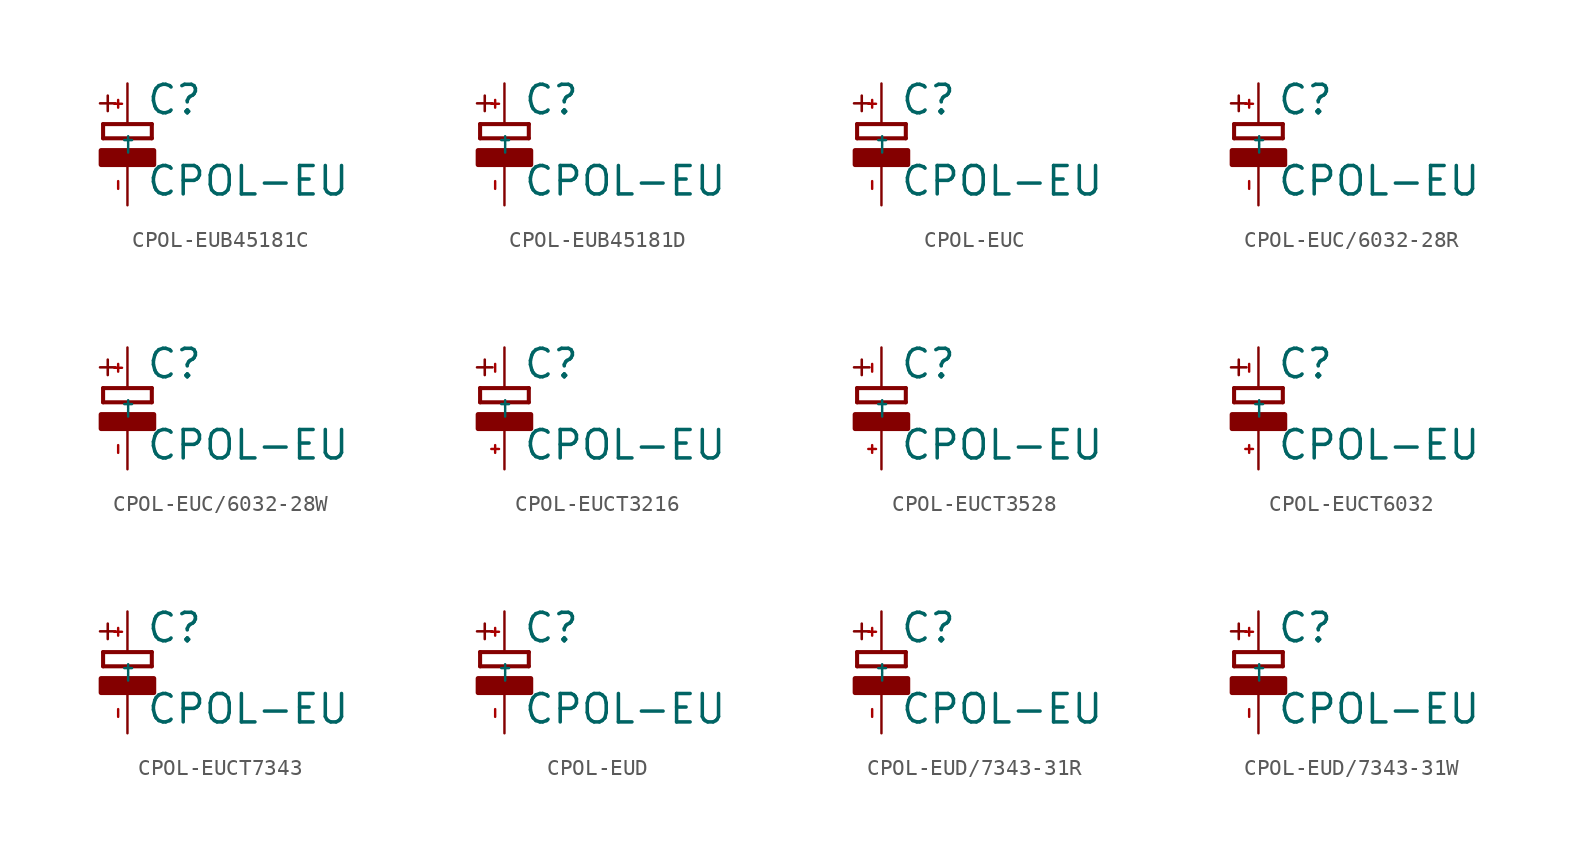
<source format=kicad_sym>
(kicad_symbol_lib
  (version 20220914)
  (generator Eagle2Kicad)
  (symbol "CPOL-EUB45181C"
    (property "Reference" "C"
      (at 1.143 0.483 0)
      (effects (font (size 1.778 1.778) (thickness 0.22)) (justify left bottom)))
    (property "Value" "CPOL-EU"
      (at 1.143 -4.597 0)
      (effects (font (size 1.778 1.778) (thickness 0.22)) (justify left bottom)))
    (polyline
      (pts (xy -1.524 -0.889) (xy 1.524 -0.889))
      (stroke (width 0.254) (type default))
      (fill (type none)))
    (polyline
      (pts (xy 1.524 -0.889) (xy 1.524 0))
      (stroke (width 0.254) (type default))
      (fill (type none)))
    (polyline
      (pts (xy -1.524 0) (xy -1.524 -0.889))
      (stroke (width 0.254) (type default))
      (fill (type none)))
    (polyline
      (pts (xy -1.524 0) (xy 1.524 0))
      (stroke (width 0.254) (type default))
      (fill (type none)))
    (text "+"
      (at -0.584 0.406 900)
      (effects (font (size 1.27 1.27) (thickness 0.16)) (justify left bottom)))
    (rectangle
      (start -1.651 -2.54)
      (end 1.651 -1.651)
      (stroke (width 0.3) (type default))
      (fill (type outline)))
    (pin passive line
      (at 0 -5.08 90)
      (length 2.54)
      (name "-" (effects (font (size 0.635 0.635) (thickness 0.08)) (justify left bottom)))
      (number "-" (effects (font (size 0.635 0.635) (thickness 0.08)) (justify left bottom))))
    (pin passive line
      (at 0 2.54 270)
      (length 2.54)
      (name "+" (effects (font (size 0.635 0.635) (thickness 0.08)) (justify left bottom)))
      (number "+" (effects (font (size 0.635 0.635) (thickness 0.08)) (justify left bottom)))))
  (symbol "CPOL-EUB45181D"
    (property "Reference" "C"
      (at 1.143 0.483 0)
      (effects (font (size 1.778 1.778) (thickness 0.22)) (justify left bottom)))
    (property "Value" "CPOL-EU"
      (at 1.143 -4.597 0)
      (effects (font (size 1.778 1.778) (thickness 0.22)) (justify left bottom)))
    (polyline
      (pts (xy -1.524 -0.889) (xy 1.524 -0.889))
      (stroke (width 0.254) (type default))
      (fill (type none)))
    (polyline
      (pts (xy 1.524 -0.889) (xy 1.524 0))
      (stroke (width 0.254) (type default))
      (fill (type none)))
    (polyline
      (pts (xy -1.524 0) (xy -1.524 -0.889))
      (stroke (width 0.254) (type default))
      (fill (type none)))
    (polyline
      (pts (xy -1.524 0) (xy 1.524 0))
      (stroke (width 0.254) (type default))
      (fill (type none)))
    (text "+"
      (at -0.584 0.406 900)
      (effects (font (size 1.27 1.27) (thickness 0.16)) (justify left bottom)))
    (rectangle
      (start -1.651 -2.54)
      (end 1.651 -1.651)
      (stroke (width 0.3) (type default))
      (fill (type outline)))
    (pin passive line
      (at 0 -5.08 90)
      (length 2.54)
      (name "-" (effects (font (size 0.635 0.635) (thickness 0.08)) (justify left bottom)))
      (number "-" (effects (font (size 0.635 0.635) (thickness 0.08)) (justify left bottom))))
    (pin passive line
      (at 0 2.54 270)
      (length 2.54)
      (name "+" (effects (font (size 0.635 0.635) (thickness 0.08)) (justify left bottom)))
      (number "+" (effects (font (size 0.635 0.635) (thickness 0.08)) (justify left bottom)))))
  (symbol "CPOL-EUC"
    (property "Reference" "C"
      (at 1.143 0.483 0)
      (effects (font (size 1.778 1.778) (thickness 0.22)) (justify left bottom)))
    (property "Value" "CPOL-EU"
      (at 1.143 -4.597 0)
      (effects (font (size 1.778 1.778) (thickness 0.22)) (justify left bottom)))
    (polyline
      (pts (xy -1.524 -0.889) (xy 1.524 -0.889))
      (stroke (width 0.254) (type default))
      (fill (type none)))
    (polyline
      (pts (xy 1.524 -0.889) (xy 1.524 0))
      (stroke (width 0.254) (type default))
      (fill (type none)))
    (polyline
      (pts (xy -1.524 0) (xy -1.524 -0.889))
      (stroke (width 0.254) (type default))
      (fill (type none)))
    (polyline
      (pts (xy -1.524 0) (xy 1.524 0))
      (stroke (width 0.254) (type default))
      (fill (type none)))
    (text "+"
      (at -0.584 0.406 900)
      (effects (font (size 1.27 1.27) (thickness 0.16)) (justify left bottom)))
    (rectangle
      (start -1.651 -2.54)
      (end 1.651 -1.651)
      (stroke (width 0.3) (type default))
      (fill (type outline)))
    (pin passive line
      (at 0 -5.08 90)
      (length 2.54)
      (name "-" (effects (font (size 0.635 0.635) (thickness 0.08)) (justify left bottom)))
      (number "-" (effects (font (size 0.635 0.635) (thickness 0.08)) (justify left bottom))))
    (pin passive line
      (at 0 2.54 270)
      (length 2.54)
      (name "+" (effects (font (size 0.635 0.635) (thickness 0.08)) (justify left bottom)))
      (number "+" (effects (font (size 0.635 0.635) (thickness 0.08)) (justify left bottom)))))
  (symbol "CPOL-EUC/6032-28R"
    (property "Reference" "C"
      (at 1.143 0.483 0)
      (effects (font (size 1.778 1.778) (thickness 0.22)) (justify left bottom)))
    (property "Value" "CPOL-EU"
      (at 1.143 -4.597 0)
      (effects (font (size 1.778 1.778) (thickness 0.22)) (justify left bottom)))
    (polyline
      (pts (xy -1.524 -0.889) (xy 1.524 -0.889))
      (stroke (width 0.254) (type default))
      (fill (type none)))
    (polyline
      (pts (xy 1.524 -0.889) (xy 1.524 0))
      (stroke (width 0.254) (type default))
      (fill (type none)))
    (polyline
      (pts (xy -1.524 0) (xy -1.524 -0.889))
      (stroke (width 0.254) (type default))
      (fill (type none)))
    (polyline
      (pts (xy -1.524 0) (xy 1.524 0))
      (stroke (width 0.254) (type default))
      (fill (type none)))
    (text "+"
      (at -0.584 0.406 900)
      (effects (font (size 1.27 1.27) (thickness 0.16)) (justify left bottom)))
    (rectangle
      (start -1.651 -2.54)
      (end 1.651 -1.651)
      (stroke (width 0.3) (type default))
      (fill (type outline)))
    (pin passive line
      (at 0 -5.08 90)
      (length 2.54)
      (name "-" (effects (font (size 0.635 0.635) (thickness 0.08)) (justify left bottom)))
      (number "-" (effects (font (size 0.635 0.635) (thickness 0.08)) (justify left bottom))))
    (pin passive line
      (at 0 2.54 270)
      (length 2.54)
      (name "+" (effects (font (size 0.635 0.635) (thickness 0.08)) (justify left bottom)))
      (number "+" (effects (font (size 0.635 0.635) (thickness 0.08)) (justify left bottom)))))
  (symbol "CPOL-EUC/6032-28W"
    (property "Reference" "C"
      (at 1.143 0.483 0)
      (effects (font (size 1.778 1.778) (thickness 0.22)) (justify left bottom)))
    (property "Value" "CPOL-EU"
      (at 1.143 -4.597 0)
      (effects (font (size 1.778 1.778) (thickness 0.22)) (justify left bottom)))
    (polyline
      (pts (xy -1.524 -0.889) (xy 1.524 -0.889))
      (stroke (width 0.254) (type default))
      (fill (type none)))
    (polyline
      (pts (xy 1.524 -0.889) (xy 1.524 0))
      (stroke (width 0.254) (type default))
      (fill (type none)))
    (polyline
      (pts (xy -1.524 0) (xy -1.524 -0.889))
      (stroke (width 0.254) (type default))
      (fill (type none)))
    (polyline
      (pts (xy -1.524 0) (xy 1.524 0))
      (stroke (width 0.254) (type default))
      (fill (type none)))
    (text "+"
      (at -0.584 0.406 900)
      (effects (font (size 1.27 1.27) (thickness 0.16)) (justify left bottom)))
    (rectangle
      (start -1.651 -2.54)
      (end 1.651 -1.651)
      (stroke (width 0.3) (type default))
      (fill (type outline)))
    (pin passive line
      (at 0 -5.08 90)
      (length 2.54)
      (name "-" (effects (font (size 0.635 0.635) (thickness 0.08)) (justify left bottom)))
      (number "-" (effects (font (size 0.635 0.635) (thickness 0.08)) (justify left bottom))))
    (pin passive line
      (at 0 2.54 270)
      (length 2.54)
      (name "+" (effects (font (size 0.635 0.635) (thickness 0.08)) (justify left bottom)))
      (number "+" (effects (font (size 0.635 0.635) (thickness 0.08)) (justify left bottom)))))
  (symbol "CPOL-EUCT3216"
    (property "Reference" "C"
      (at 1.143 0.483 0)
      (effects (font (size 1.778 1.778) (thickness 0.22)) (justify left bottom)))
    (property "Value" "CPOL-EU"
      (at 1.143 -4.597 0)
      (effects (font (size 1.778 1.778) (thickness 0.22)) (justify left bottom)))
    (polyline
      (pts (xy -1.524 -0.889) (xy 1.524 -0.889))
      (stroke (width 0.254) (type default))
      (fill (type none)))
    (polyline
      (pts (xy 1.524 -0.889) (xy 1.524 0))
      (stroke (width 0.254) (type default))
      (fill (type none)))
    (polyline
      (pts (xy -1.524 0) (xy -1.524 -0.889))
      (stroke (width 0.254) (type default))
      (fill (type none)))
    (polyline
      (pts (xy -1.524 0) (xy 1.524 0))
      (stroke (width 0.254) (type default))
      (fill (type none)))
    (text "+"
      (at -0.584 0.406 900)
      (effects (font (size 1.27 1.27) (thickness 0.16)) (justify left bottom)))
    (rectangle
      (start -1.651 -2.54)
      (end 1.651 -1.651)
      (stroke (width 0.3) (type default))
      (fill (type outline)))
    (pin passive line
      (at 0 -5.08 90)
      (length 2.54)
      (name "-" (effects (font (size 0.635 0.635) (thickness 0.08)) (justify left bottom)))
      (number "+" (effects (font (size 0.635 0.635) (thickness 0.08)) (justify left bottom))))
    (pin passive line
      (at 0 2.54 270)
      (length 2.54)
      (name "+" (effects (font (size 0.635 0.635) (thickness 0.08)) (justify left bottom)))
      (number "-" (effects (font (size 0.635 0.635) (thickness 0.08)) (justify left bottom)))))
  (symbol "CPOL-EUCT3528"
    (property "Reference" "C"
      (at 1.143 0.483 0)
      (effects (font (size 1.778 1.778) (thickness 0.22)) (justify left bottom)))
    (property "Value" "CPOL-EU"
      (at 1.143 -4.597 0)
      (effects (font (size 1.778 1.778) (thickness 0.22)) (justify left bottom)))
    (polyline
      (pts (xy -1.524 -0.889) (xy 1.524 -0.889))
      (stroke (width 0.254) (type default))
      (fill (type none)))
    (polyline
      (pts (xy 1.524 -0.889) (xy 1.524 0))
      (stroke (width 0.254) (type default))
      (fill (type none)))
    (polyline
      (pts (xy -1.524 0) (xy -1.524 -0.889))
      (stroke (width 0.254) (type default))
      (fill (type none)))
    (polyline
      (pts (xy -1.524 0) (xy 1.524 0))
      (stroke (width 0.254) (type default))
      (fill (type none)))
    (text "+"
      (at -0.584 0.406 900)
      (effects (font (size 1.27 1.27) (thickness 0.16)) (justify left bottom)))
    (rectangle
      (start -1.651 -2.54)
      (end 1.651 -1.651)
      (stroke (width 0.3) (type default))
      (fill (type outline)))
    (pin passive line
      (at 0 -5.08 90)
      (length 2.54)
      (name "-" (effects (font (size 0.635 0.635) (thickness 0.08)) (justify left bottom)))
      (number "+" (effects (font (size 0.635 0.635) (thickness 0.08)) (justify left bottom))))
    (pin passive line
      (at 0 2.54 270)
      (length 2.54)
      (name "+" (effects (font (size 0.635 0.635) (thickness 0.08)) (justify left bottom)))
      (number "-" (effects (font (size 0.635 0.635) (thickness 0.08)) (justify left bottom)))))
  (symbol "CPOL-EUCT6032"
    (property "Reference" "C"
      (at 1.143 0.483 0)
      (effects (font (size 1.778 1.778) (thickness 0.22)) (justify left bottom)))
    (property "Value" "CPOL-EU"
      (at 1.143 -4.597 0)
      (effects (font (size 1.778 1.778) (thickness 0.22)) (justify left bottom)))
    (polyline
      (pts (xy -1.524 -0.889) (xy 1.524 -0.889))
      (stroke (width 0.254) (type default))
      (fill (type none)))
    (polyline
      (pts (xy 1.524 -0.889) (xy 1.524 0))
      (stroke (width 0.254) (type default))
      (fill (type none)))
    (polyline
      (pts (xy -1.524 0) (xy -1.524 -0.889))
      (stroke (width 0.254) (type default))
      (fill (type none)))
    (polyline
      (pts (xy -1.524 0) (xy 1.524 0))
      (stroke (width 0.254) (type default))
      (fill (type none)))
    (text "+"
      (at -0.584 0.406 900)
      (effects (font (size 1.27 1.27) (thickness 0.16)) (justify left bottom)))
    (rectangle
      (start -1.651 -2.54)
      (end 1.651 -1.651)
      (stroke (width 0.3) (type default))
      (fill (type outline)))
    (pin passive line
      (at 0 -5.08 90)
      (length 2.54)
      (name "-" (effects (font (size 0.635 0.635) (thickness 0.08)) (justify left bottom)))
      (number "+" (effects (font (size 0.635 0.635) (thickness 0.08)) (justify left bottom))))
    (pin passive line
      (at 0 2.54 270)
      (length 2.54)
      (name "+" (effects (font (size 0.635 0.635) (thickness 0.08)) (justify left bottom)))
      (number "-" (effects (font (size 0.635 0.635) (thickness 0.08)) (justify left bottom)))))
  (symbol "CPOL-EUCT7343"
    (property "Reference" "C"
      (at 1.143 0.483 0)
      (effects (font (size 1.778 1.778) (thickness 0.22)) (justify left bottom)))
    (property "Value" "CPOL-EU"
      (at 1.143 -4.597 0)
      (effects (font (size 1.778 1.778) (thickness 0.22)) (justify left bottom)))
    (polyline
      (pts (xy -1.524 -0.889) (xy 1.524 -0.889))
      (stroke (width 0.254) (type default))
      (fill (type none)))
    (polyline
      (pts (xy 1.524 -0.889) (xy 1.524 0))
      (stroke (width 0.254) (type default))
      (fill (type none)))
    (polyline
      (pts (xy -1.524 0) (xy -1.524 -0.889))
      (stroke (width 0.254) (type default))
      (fill (type none)))
    (polyline
      (pts (xy -1.524 0) (xy 1.524 0))
      (stroke (width 0.254) (type default))
      (fill (type none)))
    (text "+"
      (at -0.584 0.406 900)
      (effects (font (size 1.27 1.27) (thickness 0.16)) (justify left bottom)))
    (rectangle
      (start -1.651 -2.54)
      (end 1.651 -1.651)
      (stroke (width 0.3) (type default))
      (fill (type outline)))
    (pin passive line
      (at 0 -5.08 90)
      (length 2.54)
      (name "-" (effects (font (size 0.635 0.635) (thickness 0.08)) (justify left bottom)))
      (number "-" (effects (font (size 0.635 0.635) (thickness 0.08)) (justify left bottom))))
    (pin passive line
      (at 0 2.54 270)
      (length 2.54)
      (name "+" (effects (font (size 0.635 0.635) (thickness 0.08)) (justify left bottom)))
      (number "+" (effects (font (size 0.635 0.635) (thickness 0.08)) (justify left bottom)))))
  (symbol "CPOL-EUD"
    (property "Reference" "C"
      (at 1.143 0.483 0)
      (effects (font (size 1.778 1.778) (thickness 0.22)) (justify left bottom)))
    (property "Value" "CPOL-EU"
      (at 1.143 -4.597 0)
      (effects (font (size 1.778 1.778) (thickness 0.22)) (justify left bottom)))
    (polyline
      (pts (xy -1.524 -0.889) (xy 1.524 -0.889))
      (stroke (width 0.254) (type default))
      (fill (type none)))
    (polyline
      (pts (xy 1.524 -0.889) (xy 1.524 0))
      (stroke (width 0.254) (type default))
      (fill (type none)))
    (polyline
      (pts (xy -1.524 0) (xy -1.524 -0.889))
      (stroke (width 0.254) (type default))
      (fill (type none)))
    (polyline
      (pts (xy -1.524 0) (xy 1.524 0))
      (stroke (width 0.254) (type default))
      (fill (type none)))
    (text "+"
      (at -0.584 0.406 900)
      (effects (font (size 1.27 1.27) (thickness 0.16)) (justify left bottom)))
    (rectangle
      (start -1.651 -2.54)
      (end 1.651 -1.651)
      (stroke (width 0.3) (type default))
      (fill (type outline)))
    (pin passive line
      (at 0 -5.08 90)
      (length 2.54)
      (name "-" (effects (font (size 0.635 0.635) (thickness 0.08)) (justify left bottom)))
      (number "-" (effects (font (size 0.635 0.635) (thickness 0.08)) (justify left bottom))))
    (pin passive line
      (at 0 2.54 270)
      (length 2.54)
      (name "+" (effects (font (size 0.635 0.635) (thickness 0.08)) (justify left bottom)))
      (number "+" (effects (font (size 0.635 0.635) (thickness 0.08)) (justify left bottom)))))
  (symbol "CPOL-EUD/7343-31R"
    (property "Reference" "C"
      (at 1.143 0.483 0)
      (effects (font (size 1.778 1.778) (thickness 0.22)) (justify left bottom)))
    (property "Value" "CPOL-EU"
      (at 1.143 -4.597 0)
      (effects (font (size 1.778 1.778) (thickness 0.22)) (justify left bottom)))
    (polyline
      (pts (xy -1.524 -0.889) (xy 1.524 -0.889))
      (stroke (width 0.254) (type default))
      (fill (type none)))
    (polyline
      (pts (xy 1.524 -0.889) (xy 1.524 0))
      (stroke (width 0.254) (type default))
      (fill (type none)))
    (polyline
      (pts (xy -1.524 0) (xy -1.524 -0.889))
      (stroke (width 0.254) (type default))
      (fill (type none)))
    (polyline
      (pts (xy -1.524 0) (xy 1.524 0))
      (stroke (width 0.254) (type default))
      (fill (type none)))
    (text "+"
      (at -0.584 0.406 900)
      (effects (font (size 1.27 1.27) (thickness 0.16)) (justify left bottom)))
    (rectangle
      (start -1.651 -2.54)
      (end 1.651 -1.651)
      (stroke (width 0.3) (type default))
      (fill (type outline)))
    (pin passive line
      (at 0 -5.08 90)
      (length 2.54)
      (name "-" (effects (font (size 0.635 0.635) (thickness 0.08)) (justify left bottom)))
      (number "-" (effects (font (size 0.635 0.635) (thickness 0.08)) (justify left bottom))))
    (pin passive line
      (at 0 2.54 270)
      (length 2.54)
      (name "+" (effects (font (size 0.635 0.635) (thickness 0.08)) (justify left bottom)))
      (number "+" (effects (font (size 0.635 0.635) (thickness 0.08)) (justify left bottom)))))
  (symbol "CPOL-EUD/7343-31W"
    (property "Reference" "C"
      (at 1.143 0.483 0)
      (effects (font (size 1.778 1.778) (thickness 0.22)) (justify left bottom)))
    (property "Value" "CPOL-EU"
      (at 1.143 -4.597 0)
      (effects (font (size 1.778 1.778) (thickness 0.22)) (justify left bottom)))
    (polyline
      (pts (xy -1.524 -0.889) (xy 1.524 -0.889))
      (stroke (width 0.254) (type default))
      (fill (type none)))
    (polyline
      (pts (xy 1.524 -0.889) (xy 1.524 0))
      (stroke (width 0.254) (type default))
      (fill (type none)))
    (polyline
      (pts (xy -1.524 0) (xy -1.524 -0.889))
      (stroke (width 0.254) (type default))
      (fill (type none)))
    (polyline
      (pts (xy -1.524 0) (xy 1.524 0))
      (stroke (width 0.254) (type default))
      (fill (type none)))
    (text "+"
      (at -0.584 0.406 900)
      (effects (font (size 1.27 1.27) (thickness 0.16)) (justify left bottom)))
    (rectangle
      (start -1.651 -2.54)
      (end 1.651 -1.651)
      (stroke (width 0.3) (type default))
      (fill (type outline)))
    (pin passive line
      (at 0 -5.08 90)
      (length 2.54)
      (name "-" (effects (font (size 0.635 0.635) (thickness 0.08)) (justify left bottom)))
      (number "-" (effects (font (size 0.635 0.635) (thickness 0.08)) (justify left bottom))))
    (pin passive line
      (at 0 2.54 270)
      (length 2.54)
      (name "+" (effects (font (size 0.635 0.635) (thickness 0.08)) (justify left bottom)))
      (number "+" (effects (font (size 0.635 0.635) (thickness 0.08)) (justify left bottom))))))
</source>
